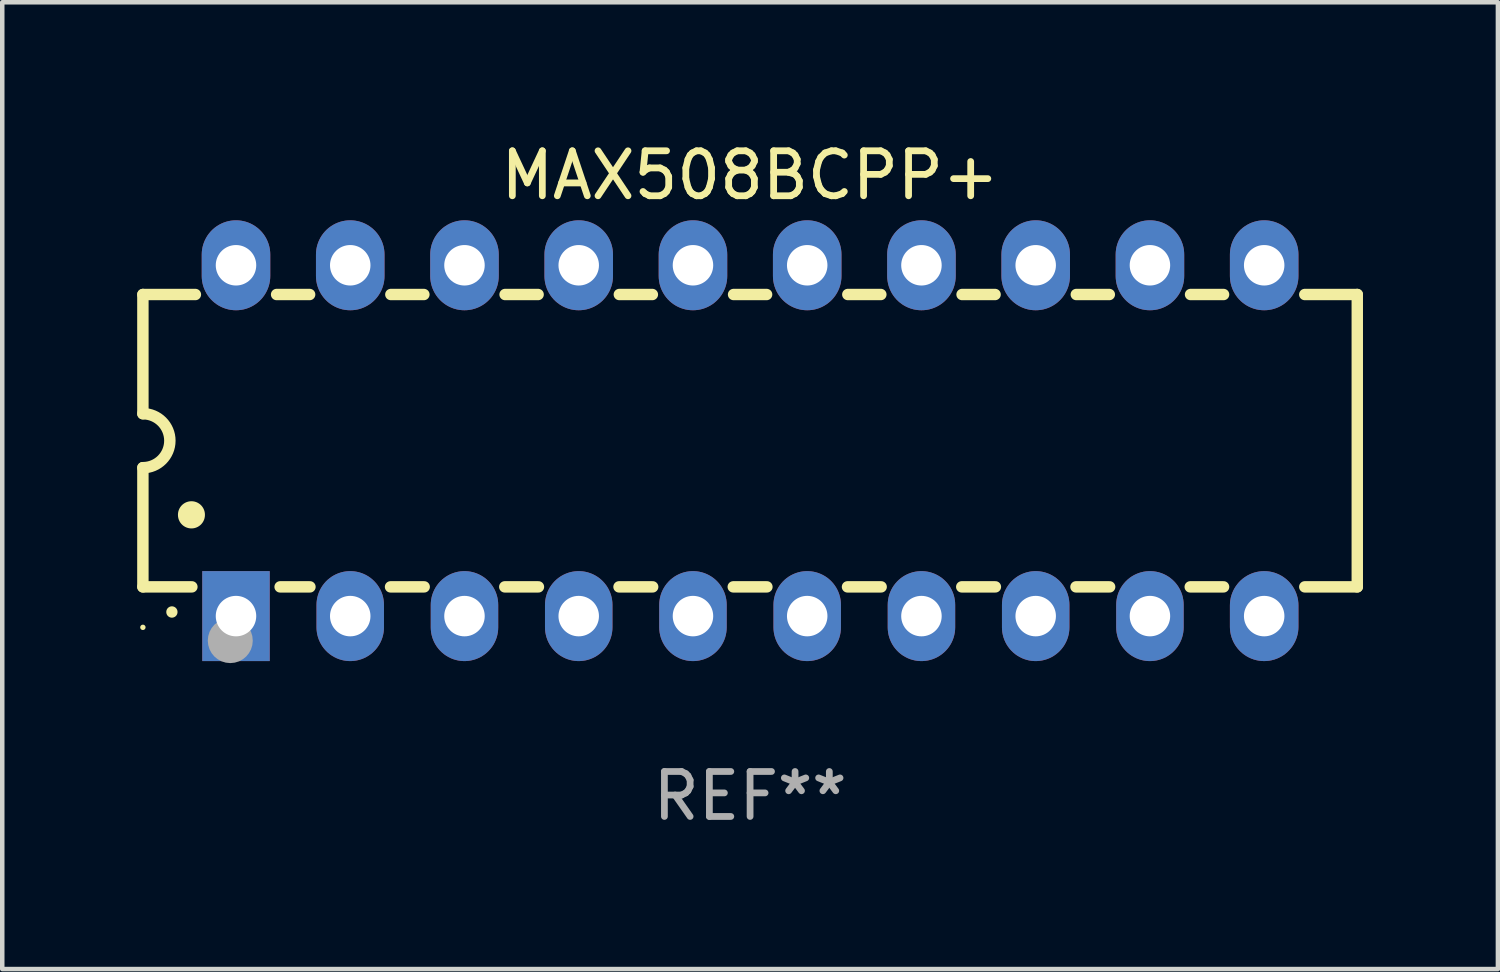
<source format=kicad_pcb>
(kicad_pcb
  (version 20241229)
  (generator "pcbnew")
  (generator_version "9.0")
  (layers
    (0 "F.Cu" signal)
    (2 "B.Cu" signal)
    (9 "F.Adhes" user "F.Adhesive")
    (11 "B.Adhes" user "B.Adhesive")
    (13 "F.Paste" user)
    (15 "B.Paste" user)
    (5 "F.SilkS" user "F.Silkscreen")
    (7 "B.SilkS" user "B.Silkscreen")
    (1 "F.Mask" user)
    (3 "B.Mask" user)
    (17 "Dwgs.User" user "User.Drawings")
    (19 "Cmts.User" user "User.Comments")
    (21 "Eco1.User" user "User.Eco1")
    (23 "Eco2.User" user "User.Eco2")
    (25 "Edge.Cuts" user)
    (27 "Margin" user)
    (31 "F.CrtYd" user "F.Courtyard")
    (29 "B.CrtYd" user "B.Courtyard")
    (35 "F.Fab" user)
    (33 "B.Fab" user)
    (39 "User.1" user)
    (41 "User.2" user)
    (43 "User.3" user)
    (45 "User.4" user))
  (footprint "MAX508BCPP+"
    (layer "F.Cu")
    (at 13.627 6.748)
    (property "Reference" "MAX508BCPP+" (at 0 -5.9 0) (layer "F.SilkS") (effects (font (size 1 1) (thickness 0.15))))
    (attr through_hole)
    (fp_line (start -13.5 -3.25) (end -12.333 -3.25) (stroke (width 0.254) (type solid)) (layer "F.SilkS"))
    (fp_line (start -13.5 -0.6) (end -13.5 -3.25) (stroke (width 0.254) (type solid)) (layer "F.SilkS"))
    (fp_line (start -13.5 3.25) (end -13.5 0.6) (stroke (width 0.254) (type solid)) (layer "F.SilkS"))
    (fp_line (start -13.5 3.25) (end -12.411 3.25) (stroke (width 0.254) (type solid)) (layer "F.SilkS"))
    (fp_line (start -10.527 -3.25) (end -9.793 -3.25) (stroke (width 0.254) (type solid)) (layer "F.SilkS"))
    (fp_line (start -10.449 3.25) (end -9.786 3.25) (stroke (width 0.254) (type solid)) (layer "F.SilkS"))
    (fp_line (start -7.994 3.25) (end -7.246 3.25) (stroke (width 0.254) (type solid)) (layer "F.SilkS"))
    (fp_line (start -7.987 -3.25) (end -7.253 -3.25) (stroke (width 0.254) (type solid)) (layer "F.SilkS"))
    (fp_line (start -5.454 3.25) (end -4.706 3.25) (stroke (width 0.254) (type solid)) (layer "F.SilkS"))
    (fp_line (start -5.447 -3.25) (end -4.713 -3.25) (stroke (width 0.254) (type solid)) (layer "F.SilkS"))
    (fp_line (start -2.914 3.25) (end -2.166 3.25) (stroke (width 0.254) (type solid)) (layer "F.SilkS"))
    (fp_line (start -2.907 -3.25) (end -2.173 -3.25) (stroke (width 0.254) (type solid)) (layer "F.SilkS"))
    (fp_line (start -0.374 3.25) (end 0.374 3.25) (stroke (width 0.254) (type solid)) (layer "F.SilkS"))
    (fp_line (start -0.367 -3.25) (end 0.367 -3.25) (stroke (width 0.254) (type solid)) (layer "F.SilkS"))
    (fp_line (start 2.166 3.25) (end 2.914 3.25) (stroke (width 0.254) (type solid)) (layer "F.SilkS"))
    (fp_line (start 2.173 -3.25) (end 2.907 -3.25) (stroke (width 0.254) (type solid)) (layer "F.SilkS"))
    (fp_line (start 4.706 3.25) (end 5.454 3.25) (stroke (width 0.254) (type solid)) (layer "F.SilkS"))
    (fp_line (start 4.713 -3.25) (end 5.447 -3.25) (stroke (width 0.254) (type solid)) (layer "F.SilkS"))
    (fp_line (start 7.246 3.25) (end 7.994 3.25) (stroke (width 0.254) (type solid)) (layer "F.SilkS"))
    (fp_line (start 7.253 -3.25) (end 7.987 -3.25) (stroke (width 0.254) (type solid)) (layer "F.SilkS"))
    (fp_line (start 9.786 3.25) (end 10.527 3.25) (stroke (width 0.254) (type solid)) (layer "F.SilkS"))
    (fp_line (start 9.793 -3.25) (end 10.527 -3.25) (stroke (width 0.254) (type solid)) (layer "F.SilkS"))
    (fp_line (start 12.333 -3.25) (end 13.5 -3.25) (stroke (width 0.254) (type solid)) (layer "F.SilkS"))
    (fp_line (start 12.333 3.25) (end 13.5 3.25) (stroke (width 0.254) (type solid)) (layer "F.SilkS"))
    (fp_line (start 13.5 -3.25) (end 13.5 3.25) (stroke (width 0.254) (type solid)) (layer "F.SilkS"))
    (fp_arc (start -13.500127 -0.599442) (mid -12.900406 0.000228) (end -13.500025 0.6) (stroke (width 0.254001) (type solid)) (layer "F.SilkS"))
    (fp_arc (start -12.854966 3.810008) (mid -12.854973 3.808738) (end -12.854966 3.807468) (stroke (width 0.25) (type solid)) (layer "F.SilkS"))
    (fp_arc (start -12.420625 1.651003) (mid -12.420636 1.648463) (end -12.420625 1.645923) (stroke (width 0.6) (type solid)) (layer "F.SilkS"))
    (fp_circle (center -13.5 4.15) (end -13.47 4.15) (stroke (width 0.06) (type solid)) (fill no) (layer "F.SilkS"))
    (fp_circle (center -11.557 4.445) (end -11.307 4.445) (stroke (width 0.5) (type solid)) (fill no) (layer "F.Fab"))
    (fp_text user "REF**" (at 0 7.9 0) (layer "F.Fab") (effects (font (size 1 1) (thickness 0.15))))
    (pad "1" thru_hole rect (at -11.43 3.9 90) (size 2 1.5) (drill 0.9) (layers "*.Cu" "*.Mask"))
    (pad "2" thru_hole oval (at -8.89 3.9 90) (size 2 1.5) (drill 0.9) (layers "*.Cu" "*.Mask"))
    (pad "3" thru_hole oval (at -6.35 3.9 90) (size 2 1.5) (drill 0.9) (layers "*.Cu" "*.Mask"))
    (pad "4" thru_hole oval (at -3.81 3.9 90) (size 2 1.5) (drill 0.9) (layers "*.Cu" "*.Mask"))
    (pad "5" thru_hole oval (at -1.27 3.9 90) (size 2 1.5) (drill 0.9) (layers "*.Cu" "*.Mask"))
    (pad "6" thru_hole oval (at 1.27 3.9 90) (size 2 1.5) (drill 0.9) (layers "*.Cu" "*.Mask"))
    (pad "7" thru_hole oval (at 3.81 3.9 90) (size 2 1.5) (drill 0.9) (layers "*.Cu" "*.Mask"))
    (pad "8" thru_hole oval (at 6.35 3.9 90) (size 2 1.5) (drill 0.9) (layers "*.Cu" "*.Mask"))
    (pad "9" thru_hole oval (at 8.89 3.9 90) (size 2 1.5) (drill 0.9) (layers "*.Cu" "*.Mask"))
    (pad "10" thru_hole oval (at 11.43 3.9 90) (size 2 1.524) (drill 0.9) (layers "*.Cu" "*.Mask"))
    (pad "11" thru_hole oval (at 11.43 -3.9 90) (size 2 1.524) (drill 0.9) (layers "*.Cu" "*.Mask"))
    (pad "12" thru_hole oval (at 8.89 -3.9 90) (size 2 1.524) (drill 0.9) (layers "*.Cu" "*.Mask"))
    (pad "13" thru_hole oval (at 6.35 -3.9 90) (size 2 1.524) (drill 0.9) (layers "*.Cu" "*.Mask"))
    (pad "14" thru_hole oval (at 3.81 -3.9 90) (size 2 1.524) (drill 0.9) (layers "*.Cu" "*.Mask"))
    (pad "15" thru_hole oval (at 1.27 -3.9 90) (size 2 1.524) (drill 0.9) (layers "*.Cu" "*.Mask"))
    (pad "16" thru_hole oval (at -1.27 -3.9 90) (size 2 1.524) (drill 0.9) (layers "*.Cu" "*.Mask"))
    (pad "17" thru_hole oval (at -3.81 -3.9 90) (size 2 1.524) (drill 0.9) (layers "*.Cu" "*.Mask"))
    (pad "18" thru_hole oval (at -6.35 -3.9 90) (size 2 1.524) (drill 0.9) (layers "*.Cu" "*.Mask"))
    (pad "19" thru_hole oval (at -8.89 -3.9 90) (size 2 1.524) (drill 0.9) (layers "*.Cu" "*.Mask"))
    (pad "20" thru_hole oval (at -11.43 -3.9 90) (size 2 1.524) (drill 0.9) (layers "*.Cu" "*.Mask")))
  (gr_rect
    (start -3 -3)
    (end 30.254 18.496)
    (stroke (width 0.1) (type default))
    (fill no)
    (layer "Edge.Cuts")))
</source>
